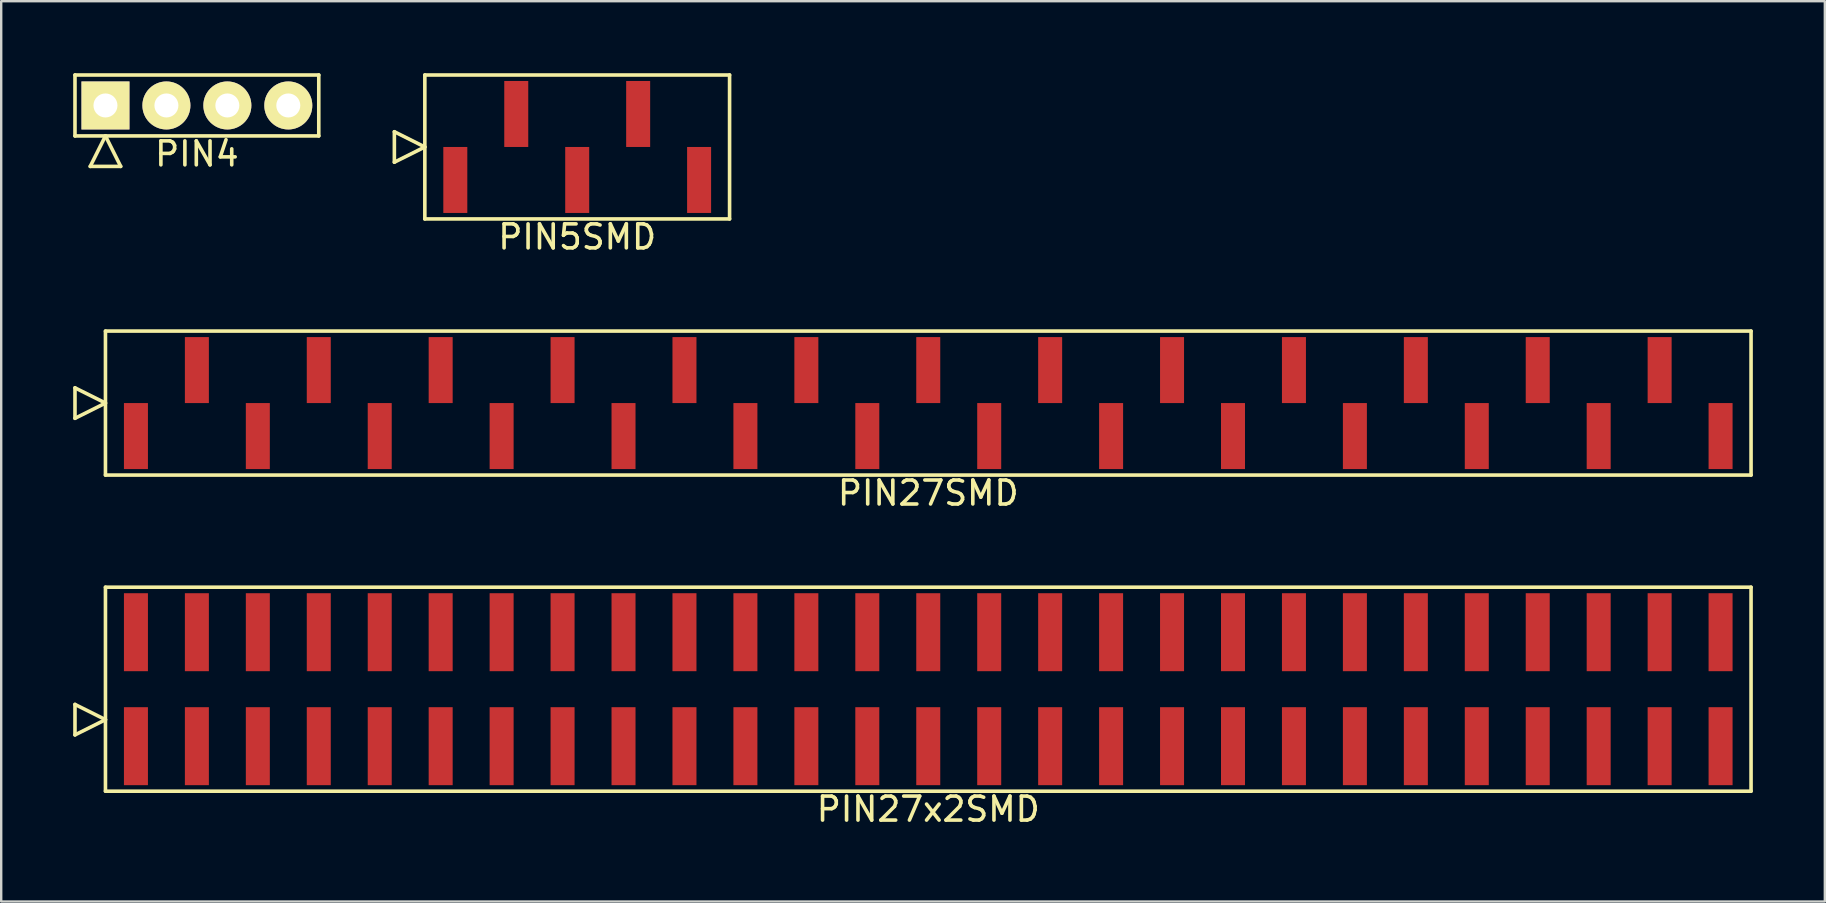
<source format=kicad_pcb>
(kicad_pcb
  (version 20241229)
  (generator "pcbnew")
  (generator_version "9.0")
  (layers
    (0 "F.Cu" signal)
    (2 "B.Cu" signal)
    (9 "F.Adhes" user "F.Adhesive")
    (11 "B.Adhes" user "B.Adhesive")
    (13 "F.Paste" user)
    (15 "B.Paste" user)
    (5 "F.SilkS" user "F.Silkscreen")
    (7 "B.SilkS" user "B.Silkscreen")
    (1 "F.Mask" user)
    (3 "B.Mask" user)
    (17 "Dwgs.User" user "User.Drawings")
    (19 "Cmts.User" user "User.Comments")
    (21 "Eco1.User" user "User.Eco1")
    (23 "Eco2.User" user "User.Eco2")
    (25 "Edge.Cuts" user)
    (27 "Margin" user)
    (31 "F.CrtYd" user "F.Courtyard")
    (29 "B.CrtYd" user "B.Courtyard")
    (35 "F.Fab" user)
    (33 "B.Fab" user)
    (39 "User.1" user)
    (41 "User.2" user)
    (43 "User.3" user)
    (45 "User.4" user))
  (footprint "PIN27SMD"
    (layer "F.Cu")
    (at 35.635 13.748)
    (property "Reference" "PIN27SMD" (at 0 3.75 0) (layer "F.SilkS") (effects (font (size 1 1) (thickness 0.15))))
    (attr through_hole)
    (fp_line (start -35.56 0.635) (end -35.56 -0.635) (stroke (width 0.15) (type solid)) (layer "F.SilkS"))
    (fp_line (start -34.29 -3) (end -34.29 3) (stroke (width 0.15) (type solid)) (layer "F.SilkS"))
    (fp_line (start -34.29 0) (end -35.56 -0.635) (stroke (width 0.15) (type solid)) (layer "F.SilkS"))
    (fp_line (start -34.29 0) (end -35.56 0.635) (stroke (width 0.15) (type solid)) (layer "F.SilkS"))
    (fp_line (start -34.29 3) (end 34.29 3) (stroke (width 0.15) (type solid)) (layer "F.SilkS"))
    (fp_line (start 34.29 -3) (end -34.29 -3) (stroke (width 0.15) (type solid)) (layer "F.SilkS"))
    (fp_line (start 34.29 3) (end 34.29 -3) (stroke (width 0.15) (type solid)) (layer "F.SilkS"))
    (pad "1" smd rect (at -33.02 1.375) (size 1 2.75) (layers "F.Cu" "F.Mask" "F.Paste"))
    (pad "2" smd rect (at -30.48 -1.375) (size 1 2.75) (layers "F.Cu" "F.Mask" "F.Paste"))
    (pad "3" smd rect (at -27.94 1.375) (size 1 2.75) (layers "F.Cu" "F.Mask" "F.Paste"))
    (pad "4" smd rect (at -25.4 -1.375) (size 1 2.75) (layers "F.Cu" "F.Mask" "F.Paste"))
    (pad "5" smd rect (at -22.86 1.375) (size 1 2.75) (layers "F.Cu" "F.Mask" "F.Paste"))
    (pad "6" smd rect (at -20.32 -1.375) (size 1 2.75) (layers "F.Cu" "F.Mask" "F.Paste"))
    (pad "7" smd rect (at -17.78 1.375) (size 1 2.75) (layers "F.Cu" "F.Mask" "F.Paste"))
    (pad "8" smd rect (at -15.24 -1.375) (size 1 2.75) (layers "F.Cu" "F.Mask" "F.Paste"))
    (pad "9" smd rect (at -12.7 1.375) (size 1 2.75) (layers "F.Cu" "F.Mask" "F.Paste"))
    (pad "10" smd rect (at -10.16 -1.375) (size 1 2.75) (layers "F.Cu" "F.Mask" "F.Paste"))
    (pad "11" smd rect (at -7.62 1.375) (size 1 2.75) (layers "F.Cu" "F.Mask" "F.Paste"))
    (pad "12" smd rect (at -5.08 -1.375) (size 1 2.75) (layers "F.Cu" "F.Mask" "F.Paste"))
    (pad "13" smd rect (at -2.54 1.375) (size 1 2.75) (layers "F.Cu" "F.Mask" "F.Paste"))
    (pad "14" smd rect (at 0 -1.375) (size 1 2.75) (layers "F.Cu" "F.Mask" "F.Paste"))
    (pad "15" smd rect (at 2.54 1.375) (size 1 2.75) (layers "F.Cu" "F.Mask" "F.Paste"))
    (pad "16" smd rect (at 5.08 -1.375) (size 1 2.75) (layers "F.Cu" "F.Mask" "F.Paste"))
    (pad "17" smd rect (at 7.62 1.375) (size 1 2.75) (layers "F.Cu" "F.Mask" "F.Paste"))
    (pad "18" smd rect (at 10.16 -1.375) (size 1 2.75) (layers "F.Cu" "F.Mask" "F.Paste"))
    (pad "19" smd rect (at 12.7 1.375) (size 1 2.75) (layers "F.Cu" "F.Mask" "F.Paste"))
    (pad "20" smd rect (at 15.24 -1.375) (size 1 2.75) (layers "F.Cu" "F.Mask" "F.Paste"))
    (pad "21" smd rect (at 17.78 1.375) (size 1 2.75) (layers "F.Cu" "F.Mask" "F.Paste"))
    (pad "22" smd rect (at 20.32 -1.375) (size 1 2.75) (layers "F.Cu" "F.Mask" "F.Paste"))
    (pad "23" smd rect (at 22.86 1.375) (size 1 2.75) (layers "F.Cu" "F.Mask" "F.Paste"))
    (pad "24" smd rect (at 25.4 -1.375) (size 1 2.75) (layers "F.Cu" "F.Mask" "F.Paste"))
    (pad "25" smd rect (at 27.94 1.375) (size 1 2.75) (layers "F.Cu" "F.Mask" "F.Paste"))
    (pad "26" smd rect (at 30.48 -1.375) (size 1 2.75) (layers "F.Cu" "F.Mask" "F.Paste"))
    (pad "27" smd rect (at 33.02 1.375) (size 1 2.75) (layers "F.Cu" "F.Mask" "F.Paste")))
  (footprint "PIN5SMD"
    (layer "F.Cu")
    (at 21.005 3.075)
    (property "Reference" "PIN5SMD" (at 0 3.75 0) (layer "F.SilkS") (effects (font (size 1 1) (thickness 0.15))))
    (attr through_hole)
    (fp_line (start -7.62 0.635) (end -7.62 -0.635) (stroke (width 0.15) (type solid)) (layer "F.SilkS"))
    (fp_line (start -6.35 -3) (end -6.35 3) (stroke (width 0.15) (type solid)) (layer "F.SilkS"))
    (fp_line (start -6.35 0) (end -7.62 -0.635) (stroke (width 0.15) (type solid)) (layer "F.SilkS"))
    (fp_line (start -6.35 0) (end -7.62 0.635) (stroke (width 0.15) (type solid)) (layer "F.SilkS"))
    (fp_line (start -6.35 3) (end 6.35 3) (stroke (width 0.15) (type solid)) (layer "F.SilkS"))
    (fp_line (start 6.35 -3) (end -6.35 -3) (stroke (width 0.15) (type solid)) (layer "F.SilkS"))
    (fp_line (start 6.35 3) (end 6.35 -3) (stroke (width 0.15) (type solid)) (layer "F.SilkS"))
    (pad "1" smd rect (at -5.08 1.375) (size 1 2.75) (layers "F.Cu" "F.Mask" "F.Paste"))
    (pad "2" smd rect (at -2.54 -1.375) (size 1 2.75) (layers "F.Cu" "F.Mask" "F.Paste"))
    (pad "3" smd rect (at 0 1.375) (size 1 2.75) (layers "F.Cu" "F.Mask" "F.Paste"))
    (pad "4" smd rect (at 2.54 -1.375) (size 1 2.75) (layers "F.Cu" "F.Mask" "F.Paste"))
    (pad "5" smd rect (at 5.08 1.375) (size 1 2.75) (layers "F.Cu" "F.Mask" "F.Paste")))
  (footprint "PIN27x2SMD"
    (layer "F.Cu")
    (at 35.635 25.672)
    (property "Reference" "PIN27x2SMD" (at 0 5 0) (layer "F.SilkS") (effects (font (size 1 1) (thickness 0.15))))
    (attr through_hole)
    (fp_line (start -35.56 1.905) (end -35.56 0.635) (stroke (width 0.15) (type solid)) (layer "F.SilkS"))
    (fp_line (start -34.29 -4.25) (end -34.29 4.25) (stroke (width 0.15) (type solid)) (layer "F.SilkS"))
    (fp_line (start -34.29 1.27) (end -35.56 0.635) (stroke (width 0.15) (type solid)) (layer "F.SilkS"))
    (fp_line (start -34.29 1.27) (end -35.56 1.905) (stroke (width 0.15) (type solid)) (layer "F.SilkS"))
    (fp_line (start -34.29 4.25) (end 34.29 4.25) (stroke (width 0.15) (type solid)) (layer "F.SilkS"))
    (fp_line (start 34.29 -4.25) (end -34.29 -4.25) (stroke (width 0.15) (type solid)) (layer "F.SilkS"))
    (fp_line (start 34.29 4.25) (end 34.29 -4.25) (stroke (width 0.15) (type solid)) (layer "F.SilkS"))
    (pad "1" smd rect (at -33.02 2.375) (size 1 3.25) (layers "F.Cu" "F.Mask" "F.Paste"))
    (pad "2" smd rect (at -33.02 -2.375) (size 1 3.25) (layers "F.Cu" "F.Mask" "F.Paste"))
    (pad "3" smd rect (at -30.48 2.375) (size 1 3.25) (layers "F.Cu" "F.Mask" "F.Paste"))
    (pad "4" smd rect (at -30.48 -2.375) (size 1 3.25) (layers "F.Cu" "F.Mask" "F.Paste"))
    (pad "5" smd rect (at -27.94 2.375) (size 1 3.25) (layers "F.Cu" "F.Mask" "F.Paste"))
    (pad "6" smd rect (at -27.94 -2.375) (size 1 3.25) (layers "F.Cu" "F.Mask" "F.Paste"))
    (pad "7" smd rect (at -25.4 2.375) (size 1 3.25) (layers "F.Cu" "F.Mask" "F.Paste"))
    (pad "8" smd rect (at -25.4 -2.375) (size 1 3.25) (layers "F.Cu" "F.Mask" "F.Paste"))
    (pad "9" smd rect (at -22.86 2.375) (size 1 3.25) (layers "F.Cu" "F.Mask" "F.Paste"))
    (pad "10" smd rect (at -22.86 -2.375) (size 1 3.25) (layers "F.Cu" "F.Mask" "F.Paste"))
    (pad "11" smd rect (at -20.32 2.375) (size 1 3.25) (layers "F.Cu" "F.Mask" "F.Paste"))
    (pad "12" smd rect (at -20.32 -2.375) (size 1 3.25) (layers "F.Cu" "F.Mask" "F.Paste"))
    (pad "13" smd rect (at -17.78 2.375) (size 1 3.25) (layers "F.Cu" "F.Mask" "F.Paste"))
    (pad "14" smd rect (at -17.78 -2.375) (size 1 3.25) (layers "F.Cu" "F.Mask" "F.Paste"))
    (pad "15" smd rect (at -15.24 2.375) (size 1 3.25) (layers "F.Cu" "F.Mask" "F.Paste"))
    (pad "16" smd rect (at -15.24 -2.375) (size 1 3.25) (layers "F.Cu" "F.Mask" "F.Paste"))
    (pad "17" smd rect (at -12.7 2.375) (size 1 3.25) (layers "F.Cu" "F.Mask" "F.Paste"))
    (pad "18" smd rect (at -12.7 -2.375) (size 1 3.25) (layers "F.Cu" "F.Mask" "F.Paste"))
    (pad "19" smd rect (at -10.16 2.375) (size 1 3.25) (layers "F.Cu" "F.Mask" "F.Paste"))
    (pad "20" smd rect (at -10.16 -2.375) (size 1 3.25) (layers "F.Cu" "F.Mask" "F.Paste"))
    (pad "21" smd rect (at -7.62 2.375) (size 1 3.25) (layers "F.Cu" "F.Mask" "F.Paste"))
    (pad "22" smd rect (at -7.62 -2.375) (size 1 3.25) (layers "F.Cu" "F.Mask" "F.Paste"))
    (pad "23" smd rect (at -5.08 2.375) (size 1 3.25) (layers "F.Cu" "F.Mask" "F.Paste"))
    (pad "24" smd rect (at -5.08 -2.375) (size 1 3.25) (layers "F.Cu" "F.Mask" "F.Paste"))
    (pad "25" smd rect (at -2.54 2.375) (size 1 3.25) (layers "F.Cu" "F.Mask" "F.Paste"))
    (pad "26" smd rect (at -2.54 -2.375) (size 1 3.25) (layers "F.Cu" "F.Mask" "F.Paste"))
    (pad "27" smd rect (at 0 2.375) (size 1 3.25) (layers "F.Cu" "F.Mask" "F.Paste"))
    (pad "28" smd rect (at 0 -2.375) (size 1 3.25) (layers "F.Cu" "F.Mask" "F.Paste"))
    (pad "29" smd rect (at 2.54 2.375) (size 1 3.25) (layers "F.Cu" "F.Mask" "F.Paste"))
    (pad "30" smd rect (at 2.54 -2.375) (size 1 3.25) (layers "F.Cu" "F.Mask" "F.Paste"))
    (pad "31" smd rect (at 5.08 2.375) (size 1 3.25) (layers "F.Cu" "F.Mask" "F.Paste"))
    (pad "32" smd rect (at 5.08 -2.375) (size 1 3.25) (layers "F.Cu" "F.Mask" "F.Paste"))
    (pad "33" smd rect (at 7.62 2.375) (size 1 3.25) (layers "F.Cu" "F.Mask" "F.Paste"))
    (pad "34" smd rect (at 7.62 -2.375) (size 1 3.25) (layers "F.Cu" "F.Mask" "F.Paste"))
    (pad "35" smd rect (at 10.16 2.375) (size 1 3.25) (layers "F.Cu" "F.Mask" "F.Paste"))
    (pad "36" smd rect (at 10.16 -2.375) (size 1 3.25) (layers "F.Cu" "F.Mask" "F.Paste"))
    (pad "37" smd rect (at 12.7 2.375) (size 1 3.25) (layers "F.Cu" "F.Mask" "F.Paste"))
    (pad "38" smd rect (at 12.7 -2.375) (size 1 3.25) (layers "F.Cu" "F.Mask" "F.Paste"))
    (pad "39" smd rect (at 15.24 2.375) (size 1 3.25) (layers "F.Cu" "F.Mask" "F.Paste"))
    (pad "40" smd rect (at 15.24 -2.375) (size 1 3.25) (layers "F.Cu" "F.Mask" "F.Paste"))
    (pad "41" smd rect (at 17.78 2.375) (size 1 3.25) (layers "F.Cu" "F.Mask" "F.Paste"))
    (pad "42" smd rect (at 17.78 -2.375) (size 1 3.25) (layers "F.Cu" "F.Mask" "F.Paste"))
    (pad "43" smd rect (at 20.32 2.375) (size 1 3.25) (layers "F.Cu" "F.Mask" "F.Paste"))
    (pad "44" smd rect (at 20.32 -2.375) (size 1 3.25) (layers "F.Cu" "F.Mask" "F.Paste"))
    (pad "45" smd rect (at 22.86 2.375) (size 1 3.25) (layers "F.Cu" "F.Mask" "F.Paste"))
    (pad "46" smd rect (at 22.86 -2.375) (size 1 3.25) (layers "F.Cu" "F.Mask" "F.Paste"))
    (pad "47" smd rect (at 25.4 2.375) (size 1 3.25) (layers "F.Cu" "F.Mask" "F.Paste"))
    (pad "48" smd rect (at 25.4 -2.375) (size 1 3.25) (layers "F.Cu" "F.Mask" "F.Paste"))
    (pad "49" smd rect (at 27.94 2.375) (size 1 3.25) (layers "F.Cu" "F.Mask" "F.Paste"))
    (pad "50" smd rect (at 27.94 -2.375) (size 1 3.25) (layers "F.Cu" "F.Mask" "F.Paste"))
    (pad "51" smd rect (at 30.48 2.375) (size 1 3.25) (layers "F.Cu" "F.Mask" "F.Paste"))
    (pad "52" smd rect (at 30.48 -2.375) (size 1 3.25) (layers "F.Cu" "F.Mask" "F.Paste"))
    (pad "53" smd rect (at 33.02 2.375) (size 1 3.25) (layers "F.Cu" "F.Mask" "F.Paste"))
    (pad "54" smd rect (at 33.02 -2.375) (size 1 3.25) (layers "F.Cu" "F.Mask" "F.Paste")))
  (footprint "PIN4"
    (layer "F.Cu")
    (at 5.155 1.345)
    (property "Reference" "PIN4" (at 0 2.02 0) (layer "F.SilkS") (effects (font (size 1 1) (thickness 0.15))))
    (attr through_hole)
    (fp_line (start -5.08 -1.27) (end -5.08 1.27) (stroke (width 0.15) (type solid)) (layer "F.SilkS"))
    (fp_line (start -5.08 1.27) (end 5.08 1.27) (stroke (width 0.15) (type solid)) (layer "F.SilkS"))
    (fp_line (start -4.445 2.54) (end -3.81 1.27) (stroke (width 0.15) (type solid)) (layer "F.SilkS"))
    (fp_line (start -4.445 2.54) (end -3.175 2.54) (stroke (width 0.15) (type solid)) (layer "F.SilkS"))
    (fp_line (start -3.175 2.54) (end -3.81 1.27) (stroke (width 0.15) (type solid)) (layer "F.SilkS"))
    (fp_line (start 5.08 -1.27) (end -5.08 -1.27) (stroke (width 0.15) (type solid)) (layer "F.SilkS"))
    (fp_line (start 5.08 1.27) (end 5.08 -1.27) (stroke (width 0.15) (type solid)) (layer "F.SilkS"))
    (pad "1" thru_hole rect (at -3.81 0) (size 2 2) (drill 1) (layers "*.Cu" "*.Mask" "F.SilkS"))
    (pad "2" thru_hole oval (at -1.27 0) (size 2 2) (drill 1) (layers "*.Cu" "*.Mask" "F.SilkS"))
    (pad "3" thru_hole oval (at 1.27 0) (size 2 2) (drill 1) (layers "*.Cu" "*.Mask" "F.SilkS"))
    (pad "4" thru_hole oval (at 3.81 0) (size 2 2) (drill 1) (layers "*.Cu" "*.Mask" "F.SilkS")))
  (gr_rect
    (start -3 -3)
    (end 73 34.52)
    (stroke (width 0.1) (type default))
    (fill no)
    (layer "Edge.Cuts")))
</source>
